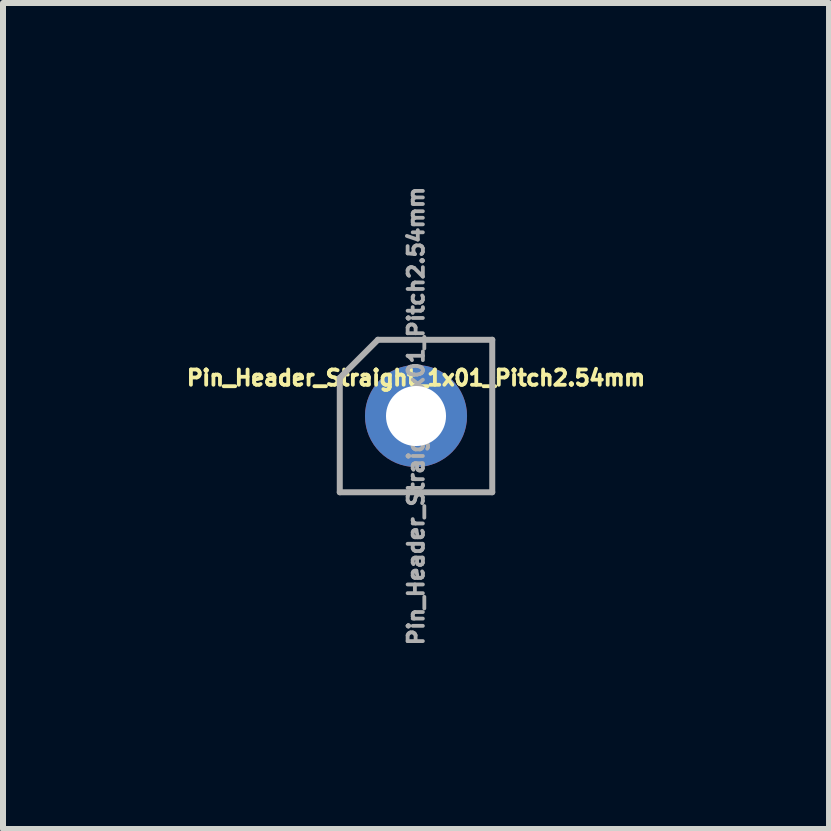
<source format=kicad_pcb>
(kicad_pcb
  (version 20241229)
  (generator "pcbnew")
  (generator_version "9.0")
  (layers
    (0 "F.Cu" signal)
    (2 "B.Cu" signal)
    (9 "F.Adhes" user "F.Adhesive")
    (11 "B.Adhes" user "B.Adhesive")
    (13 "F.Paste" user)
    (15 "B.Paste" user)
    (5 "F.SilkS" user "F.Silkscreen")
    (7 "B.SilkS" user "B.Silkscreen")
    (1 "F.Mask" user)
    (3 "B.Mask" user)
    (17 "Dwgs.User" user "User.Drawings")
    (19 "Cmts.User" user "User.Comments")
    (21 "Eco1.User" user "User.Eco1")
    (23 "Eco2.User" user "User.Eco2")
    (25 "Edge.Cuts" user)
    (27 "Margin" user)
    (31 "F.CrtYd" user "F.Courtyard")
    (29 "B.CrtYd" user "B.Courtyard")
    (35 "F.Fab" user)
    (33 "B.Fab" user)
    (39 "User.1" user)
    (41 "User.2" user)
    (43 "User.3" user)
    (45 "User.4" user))
  (footprint "Pin_Header_Straight_1x01_Pitch2.54mm"
    (layer "F.Cu")
    (at 3.88 3.88)
    (property "Reference" "Pin_Header_Straight_1x01_Pitch2.54mm" (at 0 -0.635 0) (layer "F.SilkS") (effects (font (size 0.254 0.254) (thickness 0.064))))
    (attr through_hole)
    (fp_line (start -1.27 -0.635) (end -0.635 -1.27) (stroke (width 0.1) (type solid)) (layer "F.Fab"))
    (fp_line (start -1.27 1.27) (end -1.27 -0.635) (stroke (width 0.1) (type solid)) (layer "F.Fab"))
    (fp_line (start -0.635 -1.27) (end 1.27 -1.27) (stroke (width 0.1) (type solid)) (layer "F.Fab"))
    (fp_line (start 1.27 -1.27) (end 1.27 1.27) (stroke (width 0.1) (type solid)) (layer "F.Fab"))
    (fp_line (start 1.27 1.27) (end -1.27 1.27) (stroke (width 0.1) (type solid)) (layer "F.Fab"))
    (fp_text user "${REFERENCE}" (at 0 0 90) (layer "F.Fab") (effects (font (size 0.254 0.254) (thickness 0.064))))
    (pad "1" thru_hole circle (at 0 0) (size 1.7 1.7) (drill 1) (layers "*.Cu" "*.Mask")))
  (gr_rect
    (start -3 -3)
    (end 10.76 10.76)
    (stroke (width 0.1) (type default))
    (fill no)
    (layer "Edge.Cuts")))
</source>
